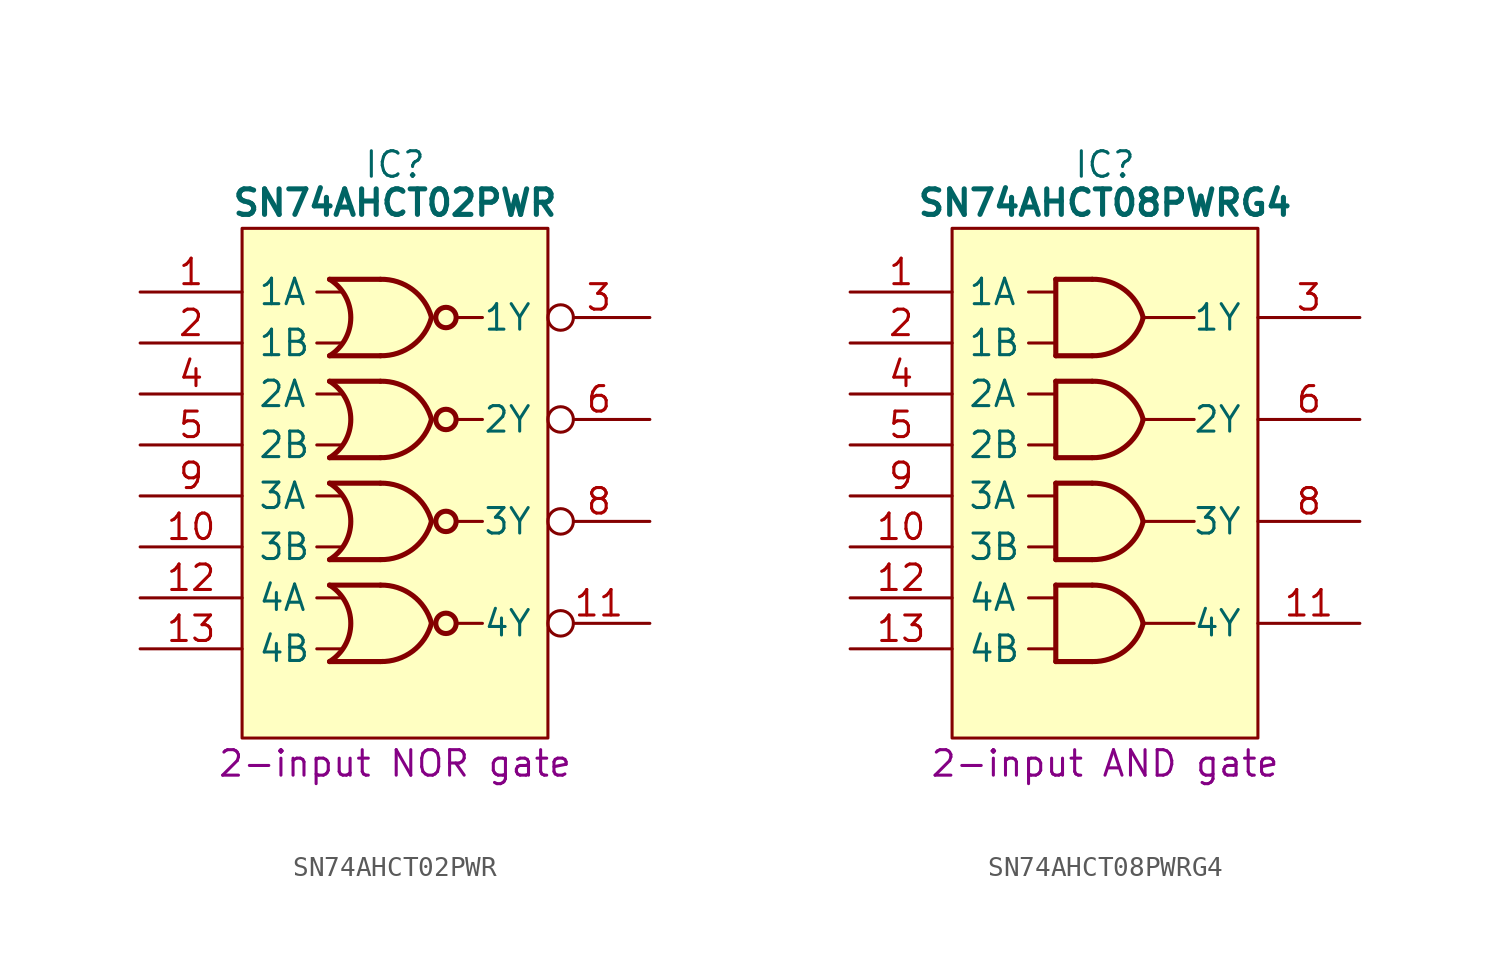
<source format=kicad_sym>
(kicad_symbol_lib
  (version 20241209)
  (generator "kicad_symbol_editor")
  (generator_version "9.0")
  (symbol "SN74AHCT02PWR"
    (pin_names
      (offset 0.762))
    (property "Reference" "IC"
      (at 12.7 6.35 0)
      (effects (font (size 1.27 1.27))))
    (property "Value" "SN74AHCT02PWR"
      (at 12.7 4.445 0)
      (effects (font (size 1.27 1.27) (bold yes))))
    (property "Description" "2-input NOR gate"
      (at 12.7 -23.495 0)
      (effects (font (size 1.27 1.27))))
    (symbol "SN74AHCT02PWR_0_0"
      (pin input line (at 0 0 0) (length 5.08) (name "1A" (effects (font (size 1.27 1.27)))) (number "1" (effects (font (size 1.27 1.27)))))
      (pin input line (at 0 -2.54 0) (length 5.08) (name "1B" (effects (font (size 1.27 1.27)))) (number "2" (effects (font (size 1.27 1.27)))))
      (pin input line (at 0 -5.08 0) (length 5.08) (name "2A" (effects (font (size 1.27 1.27)))) (number "4" (effects (font (size 1.27 1.27)))))
      (pin input line (at 0 -7.62 0) (length 5.08) (name "2B" (effects (font (size 1.27 1.27)))) (number "5" (effects (font (size 1.27 1.27)))))
      (pin input line (at 0 -10.16 0) (length 5.08) (name "3A" (effects (font (size 1.27 1.27)))) (number "9" (effects (font (size 1.27 1.27)))))
      (pin input line (at 0 -12.7 0) (length 5.08) (name "3B" (effects (font (size 1.27 1.27)))) (number "10" (effects (font (size 1.27 1.27)))))
      (pin input line (at 0 -15.24 0) (length 5.08) (name "4A" (effects (font (size 1.27 1.27)))) (number "12" (effects (font (size 1.27 1.27)))))
      (pin input line (at 0 -17.78 0) (length 5.08) (name "4B" (effects (font (size 1.27 1.27)))) (number "13" (effects (font (size 1.27 1.27)))))
      (pin passive line (at 0 -20.32 0) (length 5.08) (hide yes) (name "GND" (effects (font (size 1.27 1.27)))) (number "7" (effects (font (size 1.27 1.27)))))
      (pin passive line (at 25.4 1.27 180) (length 5.08) (hide yes) (name "3V" (effects (font (size 1.27 1.27)))) (number "14" (effects (font (size 1.27 1.27)))))
      (pin output inverted (at 25.4 -1.27 180) (length 5.08) (name "1Y" (effects (font (size 1.27 1.27)))) (number "3" (effects (font (size 1.27 1.27)))))
      (pin output inverted (at 25.4 -6.35 180) (length 5.08) (name "2Y" (effects (font (size 1.27 1.27)))) (number "6" (effects (font (size 1.27 1.27)))))
      (pin output inverted (at 25.4 -11.43 180) (length 5.08) (name "3Y" (effects (font (size 1.27 1.27)))) (number "8" (effects (font (size 1.27 1.27)))))
      (pin output inverted (at 25.4 -16.51 180) (length 5.08) (name "4Y" (effects (font (size 1.27 1.27)))) (number "11" (effects (font (size 1.27 1.27))))))
    (symbol "SN74AHCT02PWR_0_1"
      (polyline (pts (xy 5.08 3.175) (xy 20.32 3.175) (xy 20.32 -22.225) (xy 5.08 -22.225) (xy 5.08 3.175)) (stroke (width 0.152) (type default)) (fill (type background)))
      (arc (start 9.437 0.635) (mid 10.4969 -1.27) (end 9.437 -3.175) (stroke (width 0.254) (type default)) (fill (type none)))
      (arc (start 9.437 -4.445) (mid 10.4969 -6.35) (end 9.437 -8.255) (stroke (width 0.254) (type default)) (fill (type none)))
      (arc (start 9.437 -9.525) (mid 10.4969 -11.43) (end 9.437 -13.335) (stroke (width 0.254) (type default)) (fill (type none)))
      (arc (start 9.437 -14.605) (mid 10.4969 -16.51) (end 9.437 -18.415) (stroke (width 0.254) (type default)) (fill (type none)))
      (polyline (pts (xy 8.802 0) (xy 10.072 0)) (stroke (width 0) (type default)) (fill (type none)))
      (polyline (pts (xy 8.802 -2.54) (xy 10.072 -2.54)) (stroke (width 0) (type default)) (fill (type none)))
      (polyline (pts (xy 8.802 -5.08) (xy 10.072 -5.08)) (stroke (width 0) (type default)) (fill (type none)))
      (polyline (pts (xy 8.802 -7.62) (xy 10.072 -7.62)) (stroke (width 0) (type default)) (fill (type none)))
      (polyline (pts (xy 8.802 -10.16) (xy 10.072 -10.16)) (stroke (width 0) (type default)) (fill (type none)))
      (polyline (pts (xy 8.802 -12.7) (xy 10.072 -12.7)) (stroke (width 0) (type default)) (fill (type none)))
      (polyline (pts (xy 8.802 -15.24) (xy 10.072 -15.24)) (stroke (width 0) (type default)) (fill (type none)))
      (polyline (pts (xy 8.802 -17.78) (xy 10.072 -17.78)) (stroke (width 0) (type default)) (fill (type none)))
      (polyline (pts (xy 11.977 0.635) (xy 9.437 0.635)) (stroke (width 0.254) (type default)) (fill (type background)))
      (polyline (pts (xy 11.977 -3.175) (xy 9.437 -3.175)) (stroke (width 0.254) (type default)) (fill (type background)))
      (polyline (pts (xy 11.977 -4.445) (xy 9.437 -4.445)) (stroke (width 0.254) (type default)) (fill (type background)))
      (polyline (pts (xy 11.977 -8.255) (xy 9.437 -8.255)) (stroke (width 0.254) (type default)) (fill (type background)))
      (polyline (pts (xy 11.977 -9.525) (xy 9.437 -9.525)) (stroke (width 0.254) (type default)) (fill (type background)))
      (polyline (pts (xy 11.977 -13.335) (xy 9.437 -13.335)) (stroke (width 0.254) (type default)) (fill (type background)))
      (polyline (pts (xy 11.977 -14.605) (xy 9.437 -14.605)) (stroke (width 0.254) (type default)) (fill (type background)))
      (polyline (pts (xy 11.977 -18.415) (xy 9.437 -18.415)) (stroke (width 0.254) (type default)) (fill (type background)))
      (arc (start 14.517 -1.27) (mid 13.5755 -2.6605) (end 11.977 -3.175) (stroke (width 0.254) (type default)) (fill (type none)))
      (arc (start 14.517 -6.35) (mid 13.5755 -7.7405) (end 11.977 -8.255) (stroke (width 0.254) (type default)) (fill (type none)))
      (arc (start 14.517 -11.43) (mid 13.5755 -12.8205) (end 11.977 -13.335) (stroke (width 0.254) (type default)) (fill (type none)))
      (arc (start 14.517 -16.51) (mid 13.5755 -17.9005) (end 11.977 -18.415) (stroke (width 0.254) (type default)) (fill (type none)))
      (arc (start 11.977 0.635) (mid 13.576 0.1212) (end 14.517 -1.27) (stroke (width 0.254) (type default)) (fill (type none)))
      (arc (start 11.977 -4.445) (mid 13.576 -4.9588) (end 14.517 -6.35) (stroke (width 0.254) (type default)) (fill (type none)))
      (arc (start 11.977 -9.525) (mid 13.576 -10.0388) (end 14.517 -11.43) (stroke (width 0.254) (type default)) (fill (type none)))
      (arc (start 11.977 -14.605) (mid 13.576 -15.1188) (end 14.517 -16.51) (stroke (width 0.254) (type default)) (fill (type none)))
      (circle (center 15.24 -1.27) (radius 0.508) (stroke (width 0.254) (type default)) (fill (type none)))
      (circle (center 15.24 -6.35) (radius 0.508) (stroke (width 0.254) (type default)) (fill (type none)))
      (circle (center 15.24 -11.43) (radius 0.508) (stroke (width 0.254) (type default)) (fill (type none)))
      (circle (center 15.24 -16.51) (radius 0.508) (stroke (width 0.254) (type default)) (fill (type none)))
      (polyline (pts (xy 15.875 -1.27) (xy 17.057 -1.27)) (stroke (width 0) (type default)) (fill (type none)))
      (polyline (pts (xy 15.875 -6.35) (xy 17.057 -6.35)) (stroke (width 0) (type default)) (fill (type none)))
      (polyline (pts (xy 15.875 -11.43) (xy 17.057 -11.43)) (stroke (width 0) (type default)) (fill (type none)))
      (polyline (pts (xy 15.875 -16.51) (xy 17.057 -16.51)) (stroke (width 0) (type default)) (fill (type none)))))
  (symbol "SN74AHCT08PWRG4"
    (pin_names
      (offset 0.762))
    (property "Reference" "IC"
      (at 12.7 6.35 0)
      (effects (font (size 1.27 1.27))))
    (property "Value" "SN74AHCT08PWRG4"
      (at 12.7 4.445 0)
      (effects (font (size 1.27 1.27) (bold yes))))
    (property "Description" "2-input AND gate"
      (at 12.7 -23.495 0)
      (effects (font (size 1.27 1.27))))
    (symbol "SN74AHCT08PWRG4_0_0"
      (pin input line (at 0 0 0) (length 5.08) (name "1A" (effects (font (size 1.27 1.27)))) (number "1" (effects (font (size 1.27 1.27)))))
      (pin input line (at 0 -2.54 0) (length 5.08) (name "1B" (effects (font (size 1.27 1.27)))) (number "2" (effects (font (size 1.27 1.27)))))
      (pin input line (at 0 -5.08 0) (length 5.08) (name "2A" (effects (font (size 1.27 1.27)))) (number "4" (effects (font (size 1.27 1.27)))))
      (pin input line (at 0 -7.62 0) (length 5.08) (name "2B" (effects (font (size 1.27 1.27)))) (number "5" (effects (font (size 1.27 1.27)))))
      (pin input line (at 0 -10.16 0) (length 5.08) (name "3A" (effects (font (size 1.27 1.27)))) (number "9" (effects (font (size 1.27 1.27)))))
      (pin input line (at 0 -12.7 0) (length 5.08) (name "3B" (effects (font (size 1.27 1.27)))) (number "10" (effects (font (size 1.27 1.27)))))
      (pin input line (at 0 -15.24 0) (length 5.08) (name "4A" (effects (font (size 1.27 1.27)))) (number "12" (effects (font (size 1.27 1.27)))))
      (pin input line (at 0 -17.78 0) (length 5.08) (name "4B" (effects (font (size 1.27 1.27)))) (number "13" (effects (font (size 1.27 1.27)))))
      (pin passive line (at 0 -20.32 0) (length 5.08) (hide yes) (name "GND" (effects (font (size 1.27 1.27)))) (number "7" (effects (font (size 1.27 1.27)))))
      (pin passive line (at 25.4 1.27 180) (length 5.08) (hide yes) (name "3V" (effects (font (size 1.27 1.27)))) (number "14" (effects (font (size 1.27 1.27)))))
      (pin passive line (at 25.4 -1.27 180) (length 5.08) (name "1Y" (effects (font (size 1.27 1.27)))) (number "3" (effects (font (size 1.27 1.27)))))
      (pin output line (at 25.4 -6.35 180) (length 5.08) (name "2Y" (effects (font (size 1.27 1.27)))) (number "6" (effects (font (size 1.27 1.27)))))
      (pin output line (at 25.4 -11.43 180) (length 5.08) (name "3Y" (effects (font (size 1.27 1.27)))) (number "8" (effects (font (size 1.27 1.27)))))
      (pin output line (at 25.4 -16.51 180) (length 5.08) (name "4Y" (effects (font (size 1.27 1.27)))) (number "11" (effects (font (size 1.27 1.27))))))
    (symbol "SN74AHCT08PWRG4_0_1"
      (polyline (pts (xy 5.08 3.175) (xy 20.32 3.175) (xy 20.32 -22.225) (xy 5.08 -22.225) (xy 5.08 3.175)) (stroke (width 0.152) (type default)) (fill (type background)))
      (polyline (pts (xy 8.89 0) (xy 10.16 0)) (stroke (width 0) (type default)) (fill (type none)))
      (polyline (pts (xy 8.89 -2.54) (xy 10.16 -2.54)) (stroke (width 0) (type default)) (fill (type none)))
      (polyline (pts (xy 8.89 -5.08) (xy 10.16 -5.08)) (stroke (width 0) (type default)) (fill (type none)))
      (polyline (pts (xy 8.89 -7.62) (xy 10.16 -7.62)) (stroke (width 0) (type default)) (fill (type none)))
      (polyline (pts (xy 8.89 -10.16) (xy 10.16 -10.16)) (stroke (width 0) (type default)) (fill (type none)))
      (polyline (pts (xy 8.89 -12.7) (xy 10.16 -12.7)) (stroke (width 0) (type default)) (fill (type none)))
      (polyline (pts (xy 8.89 -15.24) (xy 10.16 -15.24)) (stroke (width 0) (type default)) (fill (type none)))
      (polyline (pts (xy 8.89 -17.78) (xy 10.16 -17.78)) (stroke (width 0) (type default)) (fill (type none)))
      (polyline (pts (xy 10.248 0.635) (xy 10.248 -3.175)) (stroke (width 0.254) (type default)) (fill (type background)))
      (polyline (pts (xy 10.248 -4.445) (xy 10.248 -8.255)) (stroke (width 0.254) (type default)) (fill (type background)))
      (polyline (pts (xy 10.248 -9.525) (xy 10.248 -13.335)) (stroke (width 0.254) (type default)) (fill (type background)))
      (polyline (pts (xy 10.248 -14.605) (xy 10.248 -18.415)) (stroke (width 0.254) (type default)) (fill (type background)))
      (polyline (pts (xy 12.065 0.635) (xy 10.248 0.635)) (stroke (width 0.254) (type default)) (fill (type background)))
      (polyline (pts (xy 12.065 -3.175) (xy 10.248 -3.175)) (stroke (width 0.254) (type default)) (fill (type background)))
      (polyline (pts (xy 12.065 -4.445) (xy 10.248 -4.445)) (stroke (width 0.254) (type default)) (fill (type background)))
      (polyline (pts (xy 12.065 -8.255) (xy 10.248 -8.255)) (stroke (width 0.254) (type default)) (fill (type background)))
      (polyline (pts (xy 12.065 -9.525) (xy 10.248 -9.525)) (stroke (width 0.254) (type default)) (fill (type background)))
      (polyline (pts (xy 12.065 -13.335) (xy 10.248 -13.335)) (stroke (width 0.254) (type default)) (fill (type background)))
      (polyline (pts (xy 12.065 -14.605) (xy 10.248 -14.605)) (stroke (width 0.254) (type default)) (fill (type background)))
      (polyline (pts (xy 12.065 -18.415) (xy 10.248 -18.415)) (stroke (width 0.254) (type default)) (fill (type background)))
      (arc (start 14.605 -1.27) (mid 13.6635 -2.6605) (end 12.065 -3.175) (stroke (width 0.254) (type default)) (fill (type none)))
      (arc (start 14.605 -6.35) (mid 13.6635 -7.7405) (end 12.065 -8.255) (stroke (width 0.254) (type default)) (fill (type none)))
      (arc (start 14.605 -11.43) (mid 13.6635 -12.8205) (end 12.065 -13.335) (stroke (width 0.254) (type default)) (fill (type none)))
      (arc (start 14.605 -16.51) (mid 13.6635 -17.9005) (end 12.065 -18.415) (stroke (width 0.254) (type default)) (fill (type none)))
      (arc (start 12.065 0.635) (mid 13.6649 0.1222) (end 14.605 -1.27) (stroke (width 0.254) (type default)) (fill (type none)))
      (arc (start 12.065 -4.445) (mid 13.6649 -4.9578) (end 14.605 -6.35) (stroke (width 0.254) (type default)) (fill (type none)))
      (arc (start 12.065 -9.525) (mid 13.6649 -10.0378) (end 14.605 -11.43) (stroke (width 0.254) (type default)) (fill (type none)))
      (arc (start 12.065 -14.605) (mid 13.6649 -15.1178) (end 14.605 -16.51) (stroke (width 0.254) (type default)) (fill (type none)))
      (polyline (pts (xy 14.605 -1.27) (xy 17.145 -1.27)) (stroke (width 0) (type default)) (fill (type none)))
      (polyline (pts (xy 14.605 -6.35) (xy 17.145 -6.35)) (stroke (width 0) (type default)) (fill (type none)))
      (polyline (pts (xy 14.605 -11.43) (xy 17.145 -11.43)) (stroke (width 0) (type default)) (fill (type none)))
      (polyline (pts (xy 14.605 -16.51) (xy 17.145 -16.51)) (stroke (width 0) (type default)) (fill (type none))))))
</source>
